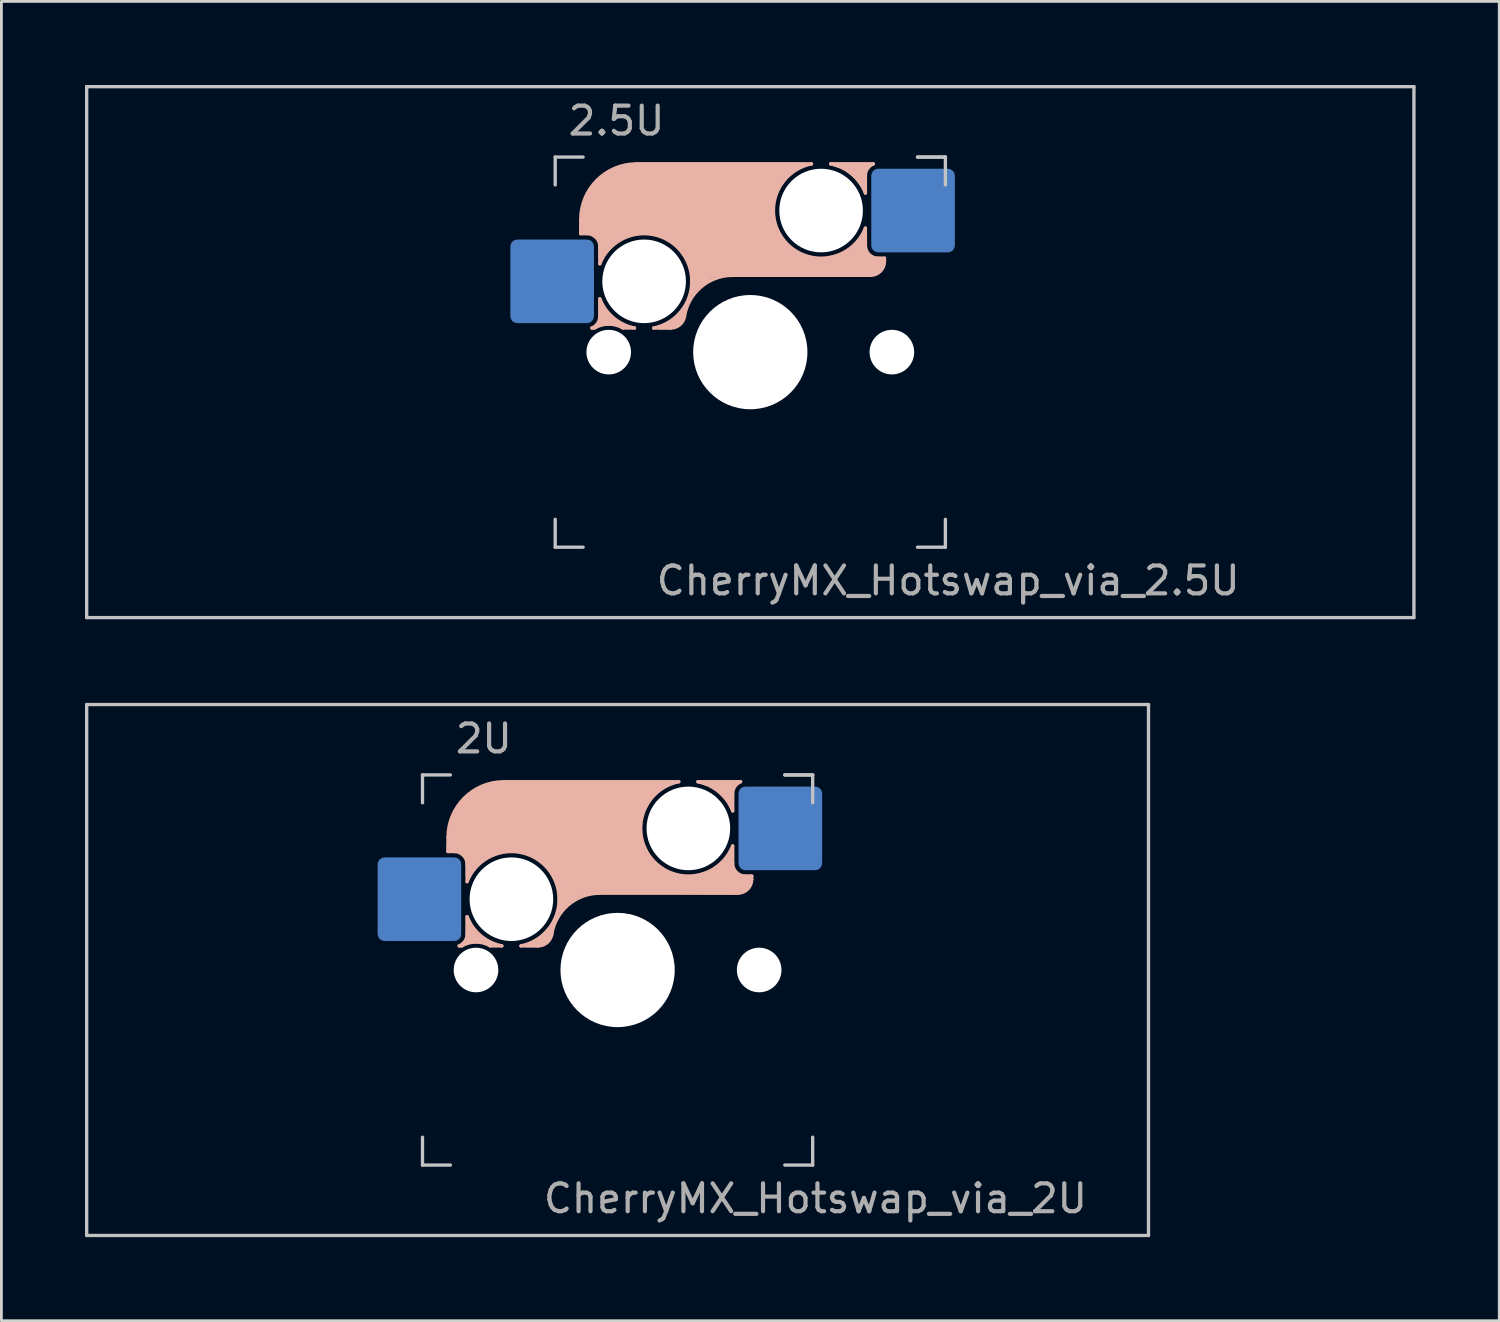
<source format=kicad_pcb>
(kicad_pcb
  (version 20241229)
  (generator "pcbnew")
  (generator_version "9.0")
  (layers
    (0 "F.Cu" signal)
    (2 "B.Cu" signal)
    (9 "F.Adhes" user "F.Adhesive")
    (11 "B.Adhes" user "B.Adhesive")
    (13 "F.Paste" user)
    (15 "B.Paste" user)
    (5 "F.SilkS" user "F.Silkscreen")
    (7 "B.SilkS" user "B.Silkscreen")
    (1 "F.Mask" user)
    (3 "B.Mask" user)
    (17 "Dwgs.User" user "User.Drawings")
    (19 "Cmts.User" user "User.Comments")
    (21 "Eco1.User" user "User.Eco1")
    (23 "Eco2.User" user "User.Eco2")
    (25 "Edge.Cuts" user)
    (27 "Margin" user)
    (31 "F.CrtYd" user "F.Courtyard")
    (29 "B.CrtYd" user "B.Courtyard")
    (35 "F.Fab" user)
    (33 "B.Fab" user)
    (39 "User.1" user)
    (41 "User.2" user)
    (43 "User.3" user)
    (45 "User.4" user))
  (footprint "CherryMX_Hotswap_via_2U"
    (layer "F.Cu")
    (at 19.11 31.755)
    (property "Reference" "CherryMX_Hotswap_via_2U" (at 7.1 8.2 0) (layer "F.Fab") (effects (font (size 1 1) (thickness 0.15))))
    (attr through_hole)
    (fp_line (start -6.085 -4.25) (end -6.085 -4.755) (stroke (width 0.12) (type solid)) (layer "B.SilkS"))
    (fp_line (start -6.085 -4.25) (end -5.859 -4.25) (stroke (width 0.12) (type solid)) (layer "B.SilkS"))
    (fp_line (start -5.683 -0.865) (end -5.588 -0.865) (stroke (width 0.12) (type solid)) (layer "B.SilkS"))
    (fp_line (start -5.4 -3.791) (end -5.4 -3.169) (stroke (width 0.12) (type solid)) (layer "B.SilkS"))
    (fp_line (start -5.4 -1.911) (end -5.4 -1.289) (stroke (width 0.12) (type solid)) (layer "B.SilkS"))
    (fp_line (start -4.154 -0.865) (end -4.572 -0.865) (stroke (width 0.12) (type solid)) (layer "B.SilkS"))
    (fp_line (start -4.085 -6.755) (end 2.196 -6.755) (stroke (width 0.12) (type solid)) (layer "B.SilkS"))
    (fp_line (start -2.852 -0.865) (end -3.466 -0.865) (stroke (width 0.12) (type solid)) (layer "B.SilkS"))
    (fp_line (start -0.635 -2.755) (end 4.315 -2.755) (stroke (width 0.12) (type solid)) (layer "B.SilkS"))
    (fp_line (start 4.13 -5.709) (end 4.13 -6.331) (stroke (width 0.12) (type solid)) (layer "B.SilkS"))
    (fp_line (start 4.13 -3.829) (end 4.13 -4.451) (stroke (width 0.12) (type solid)) (layer "B.SilkS"))
    (fp_line (start 4.413 -6.755) (end 2.884 -6.755) (stroke (width 0.12) (type solid)) (layer "B.SilkS"))
    (fp_line (start 4.6 -3.37) (end 4.815 -3.37) (stroke (width 0.12) (type solid)) (layer "B.SilkS"))
    (fp_line (start 4.815 -3.37) (end 4.815 -3.255) (stroke (width 0.12) (type solid)) (layer "B.SilkS"))
    (fp_arc (start -6.085 -4.755) (mid -5.499214 -6.169214) (end -4.085 -6.755) (stroke (width 0.12) (type solid)) (layer "B.SilkS"))
    (fp_arc (start -5.859 -4.25) (mid -5.534438 -4.115562) (end -5.4 -3.791) (stroke (width 0.12) (type solid)) (layer "B.SilkS"))
    (fp_arc (start -5.588109 -0.865) (mid -5.08 -1.003195) (end -4.571891 -0.865) (stroke (width 0.12) (type solid)) (layer "B.SilkS"))
    (fp_arc (start -5.4 -3.169286) (mid -2.500253 -3.639392) (end -3.465799 -0.865) (stroke (width 0.12) (type solid)) (layer "B.SilkS"))
    (fp_arc (start -5.4 -1.289) (mid -5.477311 -1.034059) (end -5.683202 -0.865) (stroke (width 0.12) (type solid)) (layer "B.SilkS"))
    (fp_arc (start -4.154201 -0.865) (mid -4.909392 -1.230253) (end -5.4 -1.910715) (stroke (width 0.12) (type solid)) (layer "B.SilkS"))
    (fp_arc (start -2.360959 -1.278326) (mid -1.770727 -2.335454) (end -0.635 -2.755) (stroke (width 0.12) (type solid)) (layer "B.SilkS"))
    (fp_arc (start -2.36 -1.278176) (mid -2.53101 -0.981978) (end -2.852404 -0.865) (stroke (width 0.12) (type solid)) (layer "B.SilkS"))
    (fp_arc (start 2.884201 -6.755) (mid 3.639392 -6.389747) (end 4.13 -5.709285) (stroke (width 0.12) (type solid)) (layer "B.SilkS"))
    (fp_arc (start 4.13 -6.331) (mid 4.207311 -6.585941) (end 4.413202 -6.755) (stroke (width 0.12) (type solid)) (layer "B.SilkS"))
    (fp_arc (start 4.13 -4.450718) (mid 1.230256 -3.980607) (end 2.195798 -6.754999) (stroke (width 0.12) (type solid)) (layer "B.SilkS"))
    (fp_arc (start 4.589 -3.37) (mid 4.264438 -3.504438) (end 4.13 -3.829) (stroke (width 0.12) (type solid)) (layer "B.SilkS"))
    (fp_arc (start 4.815 -3.255) (mid 4.668553 -2.901447) (end 4.315 -2.755) (stroke (width 0.12) (type solid)) (layer "B.SilkS"))
    (fp_poly (pts (xy -5.1 -1.3) (xy -5.4 -1.911) (xy -5.4 -1.289) (xy -5.4 -1) (xy -4.9 -1.003) (xy -4.363 -0.865)) (stroke (width 0.1) (type solid)) (fill yes) (layer "B.SilkS"))
    (fp_poly (pts (xy -3.3 -0.865) (xy -2.852 -0.865) (xy -2.531 -0.982) (xy -2.355 -1.314) (xy -2.355 -1.6) (xy -2.8 -1.1)) (stroke (width 0.1) (type solid)) (fill yes) (layer "B.SilkS"))
    (fp_poly (pts (xy 2.884 -6.755) (xy 4.413 -6.755) (xy 4.3 -6.7) (xy 4.13 -6.5) (xy 4.13 -5.709) (xy 4 -6.1) (xy 3.8 -6.3) (xy 3.4 -6.6)) (stroke (width 0.1) (type solid)) (fill yes) (layer "B.SilkS"))
    (fp_poly (pts (xy -4.085 -6.755) (xy -4.9 -6.5) (xy -5.499 -6.169) (xy -5.9 -5.4) (xy -6.085 -4.503) (xy -6.085 -4.25) (xy -5.7 -4.25) (xy -5.4 -4) (xy -5.4 -3.4) (xy -4.7 -4.1) (xy -3.9 -4.3) (xy -3.1 -4.2) (xy -2.6 -3.8) (xy -2.1 -3.1) (xy -2.1 -2.1) (xy -1.4 -2.7) (xy -0.9 -2.8) (xy 4.315 -2.755) (xy 4.7 -3) (xy 4.815 -3.37) (xy 4.3 -3.37) (xy 4.13 -3.6) (xy 4.13 -4.3) (xy 3.6 -3.6) (xy 2.5 -3.3) (xy 1.5 -3.6) (xy 0.9 -4.3) (xy 0.8 -5) (xy 0.8 -5.45) (xy 1 -6) (xy 1.5 -6.5) (xy 2 -6.755)) (stroke (width 0.1) (type solid)) (fill yes) (layer "B.SilkS"))
    (fp_line (start -19.05 -9.525) (end 19.05 -9.525) (stroke (width 0.12) (type solid)) (layer "Dwgs.User"))
    (fp_line (start -19.05 9.525) (end -19.05 -9.525) (stroke (width 0.12) (type solid)) (layer "Dwgs.User"))
    (fp_line (start -7 -7) (end -7 -6) (stroke (width 0.12) (type solid)) (layer "Dwgs.User"))
    (fp_line (start -7 -7) (end -6 -7) (stroke (width 0.12) (type solid)) (layer "Dwgs.User"))
    (fp_line (start -7 7) (end -7 6) (stroke (width 0.12) (type solid)) (layer "Dwgs.User"))
    (fp_line (start -7 7) (end -6 7) (stroke (width 0.12) (type solid)) (layer "Dwgs.User"))
    (fp_line (start 6 -7) (end 7 -7) (stroke (width 0.12) (type solid)) (layer "Dwgs.User"))
    (fp_line (start 7 -7) (end 6 -7) (stroke (width 0.12) (type solid)) (layer "Dwgs.User"))
    (fp_line (start 7 -7) (end 7 -6) (stroke (width 0.12) (type solid)) (layer "Dwgs.User"))
    (fp_line (start 7 7) (end 6 7) (stroke (width 0.12) (type solid)) (layer "Dwgs.User"))
    (fp_line (start 7 7) (end 7 6) (stroke (width 0.12) (type solid)) (layer "Dwgs.User"))
    (fp_line (start 19.05 -9.525) (end 19.05 9.525) (stroke (width 0.12) (type solid)) (layer "Dwgs.User"))
    (fp_line (start 19.05 9.525) (end -19.05 9.525) (stroke (width 0.12) (type solid)) (layer "Dwgs.User"))
    (fp_text user "2U" (at -4.8 -8.3 0) (layer "F.Fab") (effects (font (size 1 1) (thickness 0.15))))
    (pad "" np_thru_hole circle (at -5.08 0) (size 1.6 1.6) (drill 1.6) (layers "*.Cu" "*.Mask"))
    (pad "" np_thru_hole circle (at -3.81 -2.54) (size 3 3) (drill 3) (layers "*.Cu" "*.Mask"))
    (pad "" np_thru_hole circle (at 0 0) (size 4.1 4.1) (drill 4.1) (layers "*.Cu" "*.Mask"))
    (pad "" np_thru_hole circle (at 2.54 -5.08) (size 3 3) (drill 3) (layers "*.Cu" "*.Mask"))
    (pad "" np_thru_hole circle (at 5.08 0) (size 1.6 1.6) (drill 1.6) (layers "*.Cu" "*.Mask"))
    (pad "1" smd roundrect (at -7.11 -2.54) (size 3 3) (layers "B.Cu" "B.Mask" "B.Paste") (roundrect_rratio 0.083))
    (pad "2" smd roundrect (at 5.84 -5.08) (size 3 3) (layers "B.Cu" "B.Mask" "B.Paste") (roundrect_rratio 0.083)))
  (footprint "CherryMX_Hotswap_via_2.5U"
    (layer "F.Cu")
    (at 23.872 9.585)
    (property "Reference" "CherryMX_Hotswap_via_2.5U" (at 7.1 8.2 0) (layer "F.Fab") (effects (font (size 1 1) (thickness 0.15))))
    (attr through_hole)
    (fp_line (start -6.085 -4.25) (end -6.085 -4.755) (stroke (width 0.12) (type solid)) (layer "B.SilkS"))
    (fp_line (start -6.085 -4.25) (end -5.859 -4.25) (stroke (width 0.12) (type solid)) (layer "B.SilkS"))
    (fp_line (start -5.683 -0.865) (end -5.588 -0.865) (stroke (width 0.12) (type solid)) (layer "B.SilkS"))
    (fp_line (start -5.4 -3.791) (end -5.4 -3.169) (stroke (width 0.12) (type solid)) (layer "B.SilkS"))
    (fp_line (start -5.4 -1.911) (end -5.4 -1.289) (stroke (width 0.12) (type solid)) (layer "B.SilkS"))
    (fp_line (start -4.154 -0.865) (end -4.572 -0.865) (stroke (width 0.12) (type solid)) (layer "B.SilkS"))
    (fp_line (start -4.085 -6.755) (end 2.196 -6.755) (stroke (width 0.12) (type solid)) (layer "B.SilkS"))
    (fp_line (start -2.852 -0.865) (end -3.466 -0.865) (stroke (width 0.12) (type solid)) (layer "B.SilkS"))
    (fp_line (start -0.635 -2.755) (end 4.315 -2.755) (stroke (width 0.12) (type solid)) (layer "B.SilkS"))
    (fp_line (start 4.13 -5.709) (end 4.13 -6.331) (stroke (width 0.12) (type solid)) (layer "B.SilkS"))
    (fp_line (start 4.13 -3.829) (end 4.13 -4.451) (stroke (width 0.12) (type solid)) (layer "B.SilkS"))
    (fp_line (start 4.413 -6.755) (end 2.884 -6.755) (stroke (width 0.12) (type solid)) (layer "B.SilkS"))
    (fp_line (start 4.6 -3.37) (end 4.815 -3.37) (stroke (width 0.12) (type solid)) (layer "B.SilkS"))
    (fp_line (start 4.815 -3.37) (end 4.815 -3.255) (stroke (width 0.12) (type solid)) (layer "B.SilkS"))
    (fp_arc (start -6.085 -4.755) (mid -5.499214 -6.169214) (end -4.085 -6.755) (stroke (width 0.12) (type solid)) (layer "B.SilkS"))
    (fp_arc (start -5.859 -4.25) (mid -5.534438 -4.115562) (end -5.4 -3.791) (stroke (width 0.12) (type solid)) (layer "B.SilkS"))
    (fp_arc (start -5.588109 -0.865) (mid -5.08 -1.003195) (end -4.571891 -0.865) (stroke (width 0.12) (type solid)) (layer "B.SilkS"))
    (fp_arc (start -5.4 -3.169286) (mid -2.500253 -3.639392) (end -3.465799 -0.865) (stroke (width 0.12) (type solid)) (layer "B.SilkS"))
    (fp_arc (start -5.4 -1.289) (mid -5.477311 -1.034059) (end -5.683202 -0.865) (stroke (width 0.12) (type solid)) (layer "B.SilkS"))
    (fp_arc (start -4.154201 -0.865) (mid -4.909392 -1.230253) (end -5.4 -1.910715) (stroke (width 0.12) (type solid)) (layer "B.SilkS"))
    (fp_arc (start -2.360959 -1.278326) (mid -1.770727 -2.335454) (end -0.635 -2.755) (stroke (width 0.12) (type solid)) (layer "B.SilkS"))
    (fp_arc (start -2.36 -1.278176) (mid -2.53101 -0.981978) (end -2.852404 -0.865) (stroke (width 0.12) (type solid)) (layer "B.SilkS"))
    (fp_arc (start 2.884201 -6.755) (mid 3.639392 -6.389747) (end 4.13 -5.709285) (stroke (width 0.12) (type solid)) (layer "B.SilkS"))
    (fp_arc (start 4.13 -6.331) (mid 4.207311 -6.585941) (end 4.413202 -6.755) (stroke (width 0.12) (type solid)) (layer "B.SilkS"))
    (fp_arc (start 4.13 -4.450718) (mid 1.230256 -3.980607) (end 2.195798 -6.754999) (stroke (width 0.12) (type solid)) (layer "B.SilkS"))
    (fp_arc (start 4.589 -3.37) (mid 4.264438 -3.504438) (end 4.13 -3.829) (stroke (width 0.12) (type solid)) (layer "B.SilkS"))
    (fp_arc (start 4.815 -3.255) (mid 4.668553 -2.901447) (end 4.315 -2.755) (stroke (width 0.12) (type solid)) (layer "B.SilkS"))
    (fp_poly (pts (xy -5.1 -1.3) (xy -5.4 -1.911) (xy -5.4 -1.289) (xy -5.4 -1) (xy -4.9 -1.003) (xy -4.363 -0.865)) (stroke (width 0.1) (type solid)) (fill yes) (layer "B.SilkS"))
    (fp_poly (pts (xy -3.3 -0.865) (xy -2.852 -0.865) (xy -2.531 -0.982) (xy -2.355 -1.314) (xy -2.355 -1.6) (xy -2.8 -1.1)) (stroke (width 0.1) (type solid)) (fill yes) (layer "B.SilkS"))
    (fp_poly (pts (xy 2.884 -6.755) (xy 4.413 -6.755) (xy 4.3 -6.7) (xy 4.13 -6.5) (xy 4.13 -5.709) (xy 4 -6.1) (xy 3.8 -6.3) (xy 3.4 -6.6)) (stroke (width 0.1) (type solid)) (fill yes) (layer "B.SilkS"))
    (fp_poly (pts (xy -4.085 -6.755) (xy -4.9 -6.5) (xy -5.499 -6.169) (xy -5.9 -5.4) (xy -6.085 -4.503) (xy -6.085 -4.25) (xy -5.7 -4.25) (xy -5.4 -4) (xy -5.4 -3.4) (xy -4.7 -4.1) (xy -3.9 -4.3) (xy -3.1 -4.2) (xy -2.6 -3.8) (xy -2.1 -3.1) (xy -2.1 -2.1) (xy -1.4 -2.7) (xy -0.9 -2.8) (xy 4.315 -2.755) (xy 4.7 -3) (xy 4.815 -3.37) (xy 4.3 -3.37) (xy 4.13 -3.6) (xy 4.13 -4.3) (xy 3.6 -3.6) (xy 2.5 -3.3) (xy 1.5 -3.6) (xy 0.9 -4.3) (xy 0.8 -5) (xy 0.8 -5.45) (xy 1 -6) (xy 1.5 -6.5) (xy 2 -6.755)) (stroke (width 0.1) (type solid)) (fill yes) (layer "B.SilkS"))
    (fp_line (start -23.812 -9.525) (end 23.812 -9.525) (stroke (width 0.12) (type solid)) (layer "Dwgs.User"))
    (fp_line (start -23.812 9.525) (end -23.812 -9.525) (stroke (width 0.12) (type solid)) (layer "Dwgs.User"))
    (fp_line (start -7 -7) (end -7 -6) (stroke (width 0.12) (type solid)) (layer "Dwgs.User"))
    (fp_line (start -7 -7) (end -6 -7) (stroke (width 0.12) (type solid)) (layer "Dwgs.User"))
    (fp_line (start -7 7) (end -7 6) (stroke (width 0.12) (type solid)) (layer "Dwgs.User"))
    (fp_line (start -7 7) (end -6 7) (stroke (width 0.12) (type solid)) (layer "Dwgs.User"))
    (fp_line (start 6 -7) (end 7 -7) (stroke (width 0.12) (type solid)) (layer "Dwgs.User"))
    (fp_line (start 7 -7) (end 6 -7) (stroke (width 0.12) (type solid)) (layer "Dwgs.User"))
    (fp_line (start 7 -7) (end 7 -6) (stroke (width 0.12) (type solid)) (layer "Dwgs.User"))
    (fp_line (start 7 7) (end 6 7) (stroke (width 0.12) (type solid)) (layer "Dwgs.User"))
    (fp_line (start 7 7) (end 7 6) (stroke (width 0.12) (type solid)) (layer "Dwgs.User"))
    (fp_line (start 23.812 -9.525) (end 23.812 9.525) (stroke (width 0.12) (type solid)) (layer "Dwgs.User"))
    (fp_line (start 23.812 9.525) (end -23.812 9.525) (stroke (width 0.12) (type solid)) (layer "Dwgs.User"))
    (fp_text user "2.5U" (at -4.8 -8.3 0) (layer "F.Fab") (effects (font (size 1 1) (thickness 0.15))))
    (pad "" np_thru_hole circle (at -5.08 0) (size 1.6 1.6) (drill 1.6) (layers "*.Cu" "*.Mask"))
    (pad "" np_thru_hole circle (at -3.81 -2.54) (size 3 3) (drill 3) (layers "*.Cu" "*.Mask"))
    (pad "" np_thru_hole circle (at 0 0) (size 4.1 4.1) (drill 4.1) (layers "*.Cu" "*.Mask"))
    (pad "" np_thru_hole circle (at 2.54 -5.08) (size 3 3) (drill 3) (layers "*.Cu" "*.Mask"))
    (pad "" np_thru_hole circle (at 5.08 0) (size 1.6 1.6) (drill 1.6) (layers "*.Cu" "*.Mask"))
    (pad "1" smd roundrect (at -7.11 -2.54) (size 3 3) (layers "B.Cu" "B.Mask" "B.Paste") (roundrect_rratio 0.083))
    (pad "2" smd roundrect (at 5.84 -5.08) (size 3 3) (layers "B.Cu" "B.Mask" "B.Paste") (roundrect_rratio 0.083)))
  (gr_rect
    (start -3 -3)
    (end 50.745 44.34)
    (stroke (width 0.1) (type default))
    (fill no)
    (layer "Edge.Cuts")))
</source>
